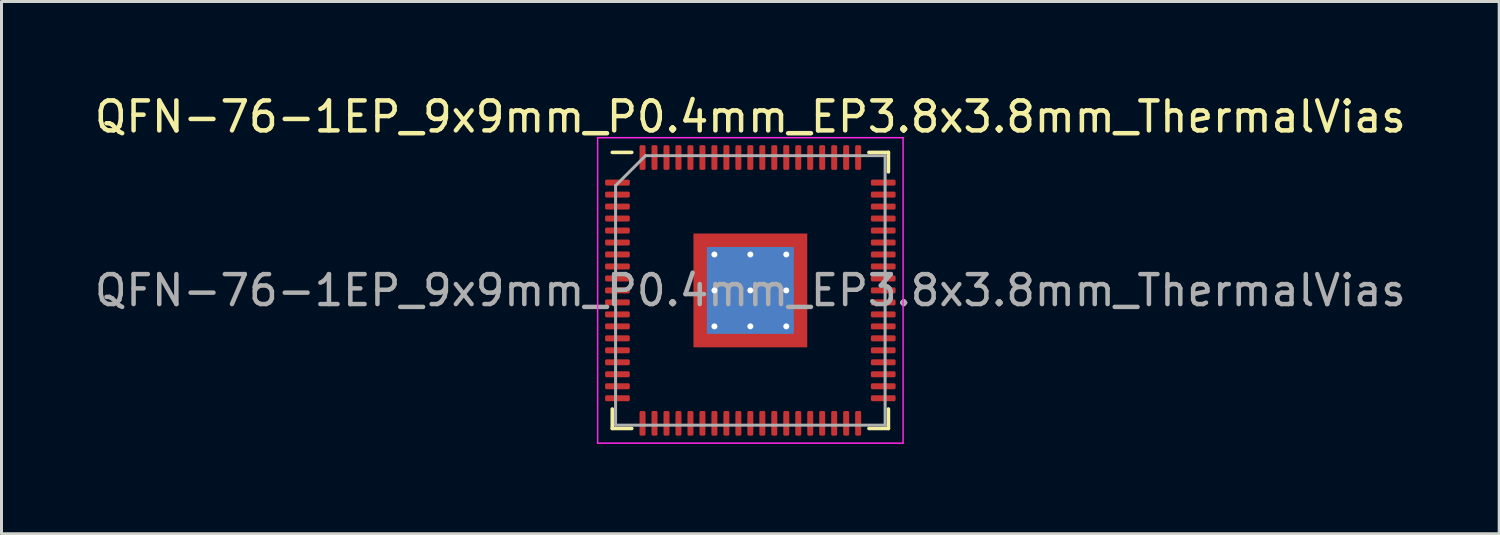
<source format=kicad_pcb>
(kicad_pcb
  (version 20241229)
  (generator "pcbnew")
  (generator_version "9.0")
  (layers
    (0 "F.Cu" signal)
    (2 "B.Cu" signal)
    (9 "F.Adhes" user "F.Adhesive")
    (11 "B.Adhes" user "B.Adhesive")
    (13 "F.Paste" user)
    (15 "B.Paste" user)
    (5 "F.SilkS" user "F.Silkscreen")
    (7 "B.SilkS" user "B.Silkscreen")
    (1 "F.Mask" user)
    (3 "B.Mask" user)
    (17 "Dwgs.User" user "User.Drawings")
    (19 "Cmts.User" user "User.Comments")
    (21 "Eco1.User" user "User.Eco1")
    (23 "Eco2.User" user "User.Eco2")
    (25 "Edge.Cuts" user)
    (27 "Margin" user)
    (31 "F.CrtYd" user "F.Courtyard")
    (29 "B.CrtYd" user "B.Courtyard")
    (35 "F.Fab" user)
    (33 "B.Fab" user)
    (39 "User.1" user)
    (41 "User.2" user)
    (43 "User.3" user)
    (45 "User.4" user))
  (footprint "QFN-76-1EP_9x9mm_P0.4mm_EP3.8x3.8mm_ThermalVias"
    (layer "F.Cu")
    (at 22.006 6.648)
    (property "Reference" "QFN-76-1EP_9x9mm_P0.4mm_EP3.8x3.8mm_ThermalVias" (at 0 -5.8 0) (layer "F.SilkS") (effects (font (size 1 1) (thickness 0.15))))
    (attr smd)
    (fp_line (start -4.61 4.61) (end -4.61 3.96) (stroke (width 0.12) (type solid)) (layer "F.SilkS"))
    (fp_line (start -3.96 -4.61) (end -4.61 -4.61) (stroke (width 0.12) (type solid)) (layer "F.SilkS"))
    (fp_line (start -3.96 4.61) (end -4.61 4.61) (stroke (width 0.12) (type solid)) (layer "F.SilkS"))
    (fp_line (start 3.96 -4.61) (end 4.61 -4.61) (stroke (width 0.12) (type solid)) (layer "F.SilkS"))
    (fp_line (start 3.96 4.61) (end 4.61 4.61) (stroke (width 0.12) (type solid)) (layer "F.SilkS"))
    (fp_line (start 4.61 -4.61) (end 4.61 -3.96) (stroke (width 0.12) (type solid)) (layer "F.SilkS"))
    (fp_line (start 4.61 4.61) (end 4.61 3.96) (stroke (width 0.12) (type solid)) (layer "F.SilkS"))
    (fp_line (start -5.1 -5.1) (end -5.1 5.1) (stroke (width 0.05) (type solid)) (layer "F.CrtYd"))
    (fp_line (start -5.1 5.1) (end 5.1 5.1) (stroke (width 0.05) (type solid)) (layer "F.CrtYd"))
    (fp_line (start 5.1 -5.1) (end -5.1 -5.1) (stroke (width 0.05) (type solid)) (layer "F.CrtYd"))
    (fp_line (start 5.1 5.1) (end 5.1 -5.1) (stroke (width 0.05) (type solid)) (layer "F.CrtYd"))
    (fp_line (start -4.5 -3.5) (end -3.5 -4.5) (stroke (width 0.1) (type solid)) (layer "F.Fab"))
    (fp_line (start -4.5 4.5) (end -4.5 -3.5) (stroke (width 0.1) (type solid)) (layer "F.Fab"))
    (fp_line (start -3.5 -4.5) (end 4.5 -4.5) (stroke (width 0.1) (type solid)) (layer "F.Fab"))
    (fp_line (start 4.5 -4.5) (end 4.5 4.5) (stroke (width 0.1) (type solid)) (layer "F.Fab"))
    (fp_line (start 4.5 4.5) (end -4.5 4.5) (stroke (width 0.1) (type solid)) (layer "F.Fab"))
    (fp_text user "${REFERENCE}" (at 0 0 0) (layer "F.Fab") (effects (font (size 1 1) (thickness 0.15))))
    (pad "" smd custom (at -1.55 -1.55) (size 0.46 0.46) (layers "F.Paste") (options (anchor circle)) (primitives (gr_poly (pts (xy -0.178 -0.178) (xy 0.178 -0.178) (xy 0.178 0.092) (xy 0.092 0.178) (xy -0.178 0.178)) (width 0.208) (fill yes))))
    (pad "" smd custom (at -1.55 -0.6) (size 0.495 0.495) (layers "F.Paste") (options (anchor circle)) (primitives (gr_poly (pts (xy -0.212 -0.414) (xy 0.154 -0.414) (xy 0.212 -0.356) (xy 0.212 0.356) (xy 0.154 0.414) (xy -0.212 0.414)) (width 0.14) (fill yes))))
    (pad "" smd custom (at -1.55 0.6) (size 0.495 0.495) (layers "F.Paste") (options (anchor circle)) (primitives (gr_poly (pts (xy -0.212 -0.414) (xy 0.154 -0.414) (xy 0.212 -0.356) (xy 0.212 0.356) (xy 0.154 0.414) (xy -0.212 0.414)) (width 0.14) (fill yes))))
    (pad "" smd custom (at -1.55 1.55) (size 0.46 0.46) (layers "F.Paste") (options (anchor circle)) (primitives (gr_poly (pts (xy -0.178 -0.178) (xy 0.092 -0.178) (xy 0.178 -0.092) (xy 0.178 0.178) (xy -0.178 0.178)) (width 0.208) (fill yes))))
    (pad "" smd custom (at -0.6 -1.55) (size 0.495 0.495) (layers "F.Paste") (options (anchor circle)) (primitives (gr_poly (pts (xy -0.414 -0.212) (xy 0.414 -0.212) (xy 0.414 0.154) (xy 0.356 0.212) (xy -0.356 0.212) (xy -0.414 0.154)) (width 0.14) (fill yes))))
    (pad "" smd roundrect (at -0.6 -0.6) (size 0.967 0.967) (layers "F.Paste") (roundrect_rratio 0.25))
    (pad "" smd roundrect (at -0.6 0.6) (size 0.967 0.967) (layers "F.Paste") (roundrect_rratio 0.25))
    (pad "" smd custom (at -0.6 1.55) (size 0.495 0.495) (layers "F.Paste") (options (anchor circle)) (primitives (gr_poly (pts (xy -0.414 -0.154) (xy -0.356 -0.212) (xy 0.356 -0.212) (xy 0.414 -0.154) (xy 0.414 0.212) (xy -0.414 0.212)) (width 0.14) (fill yes))))
    (pad "" smd custom (at 0.6 -1.55) (size 0.495 0.495) (layers "F.Paste") (options (anchor circle)) (primitives (gr_poly (pts (xy -0.414 -0.212) (xy 0.414 -0.212) (xy 0.414 0.154) (xy 0.356 0.212) (xy -0.356 0.212) (xy -0.414 0.154)) (width 0.14) (fill yes))))
    (pad "" smd roundrect (at 0.6 -0.6) (size 0.967 0.967) (layers "F.Paste") (roundrect_rratio 0.25))
    (pad "" smd roundrect (at 0.6 0.6) (size 0.967 0.967) (layers "F.Paste") (roundrect_rratio 0.25))
    (pad "" smd custom (at 0.6 1.55) (size 0.495 0.495) (layers "F.Paste") (options (anchor circle)) (primitives (gr_poly (pts (xy -0.414 -0.154) (xy -0.356 -0.212) (xy 0.356 -0.212) (xy 0.414 -0.154) (xy 0.414 0.212) (xy -0.414 0.212)) (width 0.14) (fill yes))))
    (pad "" smd custom (at 1.55 -1.55) (size 0.46 0.46) (layers "F.Paste") (options (anchor circle)) (primitives (gr_poly (pts (xy -0.178 -0.178) (xy 0.178 -0.178) (xy 0.178 0.178) (xy -0.092 0.178) (xy -0.178 0.092)) (width 0.208) (fill yes))))
    (pad "" smd custom (at 1.55 -0.6) (size 0.495 0.495) (layers "F.Paste") (options (anchor circle)) (primitives (gr_poly (pts (xy -0.212 -0.356) (xy -0.154 -0.414) (xy 0.212 -0.414) (xy 0.212 0.414) (xy -0.154 0.414) (xy -0.212 0.356)) (width 0.14) (fill yes))))
    (pad "" smd custom (at 1.55 0.6) (size 0.495 0.495) (layers "F.Paste") (options (anchor circle)) (primitives (gr_poly (pts (xy -0.212 -0.356) (xy -0.154 -0.414) (xy 0.212 -0.414) (xy 0.212 0.414) (xy -0.154 0.414) (xy -0.212 0.356)) (width 0.14) (fill yes))))
    (pad "" smd custom (at 1.55 1.55) (size 0.46 0.46) (layers "F.Paste") (options (anchor circle)) (primitives (gr_poly (pts (xy -0.178 -0.092) (xy -0.092 -0.178) (xy 0.178 -0.178) (xy 0.178 0.178) (xy -0.178 0.178)) (width 0.208) (fill yes))))
    (pad "1" smd roundrect (at -4.438 -3.6) (size 0.825 0.2) (layers "F.Cu" "F.Mask" "F.Paste") (roundrect_rratio 0.25))
    (pad "2" smd roundrect (at -4.438 -3.2) (size 0.825 0.2) (layers "F.Cu" "F.Mask" "F.Paste") (roundrect_rratio 0.25))
    (pad "3" smd roundrect (at -4.438 -2.8) (size 0.825 0.2) (layers "F.Cu" "F.Mask" "F.Paste") (roundrect_rratio 0.25))
    (pad "4" smd roundrect (at -4.438 -2.4) (size 0.825 0.2) (layers "F.Cu" "F.Mask" "F.Paste") (roundrect_rratio 0.25))
    (pad "5" smd roundrect (at -4.438 -2) (size 0.825 0.2) (layers "F.Cu" "F.Mask" "F.Paste") (roundrect_rratio 0.25))
    (pad "6" smd roundrect (at -4.438 -1.6) (size 0.825 0.2) (layers "F.Cu" "F.Mask" "F.Paste") (roundrect_rratio 0.25))
    (pad "7" smd roundrect (at -4.438 -1.2) (size 0.825 0.2) (layers "F.Cu" "F.Mask" "F.Paste") (roundrect_rratio 0.25))
    (pad "8" smd roundrect (at -4.438 -0.8) (size 0.825 0.2) (layers "F.Cu" "F.Mask" "F.Paste") (roundrect_rratio 0.25))
    (pad "9" smd roundrect (at -4.438 -0.4) (size 0.825 0.2) (layers "F.Cu" "F.Mask" "F.Paste") (roundrect_rratio 0.25))
    (pad "10" smd roundrect (at -4.438 0) (size 0.825 0.2) (layers "F.Cu" "F.Mask" "F.Paste") (roundrect_rratio 0.25))
    (pad "11" smd roundrect (at -4.438 0.4) (size 0.825 0.2) (layers "F.Cu" "F.Mask" "F.Paste") (roundrect_rratio 0.25))
    (pad "12" smd roundrect (at -4.438 0.8) (size 0.825 0.2) (layers "F.Cu" "F.Mask" "F.Paste") (roundrect_rratio 0.25))
    (pad "13" smd roundrect (at -4.438 1.2) (size 0.825 0.2) (layers "F.Cu" "F.Mask" "F.Paste") (roundrect_rratio 0.25))
    (pad "14" smd roundrect (at -4.438 1.6) (size 0.825 0.2) (layers "F.Cu" "F.Mask" "F.Paste") (roundrect_rratio 0.25))
    (pad "15" smd roundrect (at -4.438 2) (size 0.825 0.2) (layers "F.Cu" "F.Mask" "F.Paste") (roundrect_rratio 0.25))
    (pad "16" smd roundrect (at -4.438 2.4) (size 0.825 0.2) (layers "F.Cu" "F.Mask" "F.Paste") (roundrect_rratio 0.25))
    (pad "17" smd roundrect (at -4.438 2.8) (size 0.825 0.2) (layers "F.Cu" "F.Mask" "F.Paste") (roundrect_rratio 0.25))
    (pad "18" smd roundrect (at -4.438 3.2) (size 0.825 0.2) (layers "F.Cu" "F.Mask" "F.Paste") (roundrect_rratio 0.25))
    (pad "19" smd roundrect (at -4.438 3.6) (size 0.825 0.2) (layers "F.Cu" "F.Mask" "F.Paste") (roundrect_rratio 0.25))
    (pad "20" smd roundrect (at -3.6 4.438) (size 0.2 0.825) (layers "F.Cu" "F.Mask" "F.Paste") (roundrect_rratio 0.25))
    (pad "21" smd roundrect (at -3.2 4.438) (size 0.2 0.825) (layers "F.Cu" "F.Mask" "F.Paste") (roundrect_rratio 0.25))
    (pad "22" smd roundrect (at -2.8 4.438) (size 0.2 0.825) (layers "F.Cu" "F.Mask" "F.Paste") (roundrect_rratio 0.25))
    (pad "23" smd roundrect (at -2.4 4.438) (size 0.2 0.825) (layers "F.Cu" "F.Mask" "F.Paste") (roundrect_rratio 0.25))
    (pad "24" smd roundrect (at -2 4.438) (size 0.2 0.825) (layers "F.Cu" "F.Mask" "F.Paste") (roundrect_rratio 0.25))
    (pad "25" smd roundrect (at -1.6 4.438) (size 0.2 0.825) (layers "F.Cu" "F.Mask" "F.Paste") (roundrect_rratio 0.25))
    (pad "26" smd roundrect (at -1.2 4.438) (size 0.2 0.825) (layers "F.Cu" "F.Mask" "F.Paste") (roundrect_rratio 0.25))
    (pad "27" smd roundrect (at -0.8 4.438) (size 0.2 0.825) (layers "F.Cu" "F.Mask" "F.Paste") (roundrect_rratio 0.25))
    (pad "28" smd roundrect (at -0.4 4.438) (size 0.2 0.825) (layers "F.Cu" "F.Mask" "F.Paste") (roundrect_rratio 0.25))
    (pad "29" smd roundrect (at 0 4.438) (size 0.2 0.825) (layers "F.Cu" "F.Mask" "F.Paste") (roundrect_rratio 0.25))
    (pad "30" smd roundrect (at 0.4 4.438) (size 0.2 0.825) (layers "F.Cu" "F.Mask" "F.Paste") (roundrect_rratio 0.25))
    (pad "31" smd roundrect (at 0.8 4.438) (size 0.2 0.825) (layers "F.Cu" "F.Mask" "F.Paste") (roundrect_rratio 0.25))
    (pad "32" smd roundrect (at 1.2 4.438) (size 0.2 0.825) (layers "F.Cu" "F.Mask" "F.Paste") (roundrect_rratio 0.25))
    (pad "33" smd roundrect (at 1.6 4.438) (size 0.2 0.825) (layers "F.Cu" "F.Mask" "F.Paste") (roundrect_rratio 0.25))
    (pad "34" smd roundrect (at 2 4.438) (size 0.2 0.825) (layers "F.Cu" "F.Mask" "F.Paste") (roundrect_rratio 0.25))
    (pad "35" smd roundrect (at 2.4 4.438) (size 0.2 0.825) (layers "F.Cu" "F.Mask" "F.Paste") (roundrect_rratio 0.25))
    (pad "36" smd roundrect (at 2.8 4.438) (size 0.2 0.825) (layers "F.Cu" "F.Mask" "F.Paste") (roundrect_rratio 0.25))
    (pad "37" smd roundrect (at 3.2 4.438) (size 0.2 0.825) (layers "F.Cu" "F.Mask" "F.Paste") (roundrect_rratio 0.25))
    (pad "38" smd roundrect (at 3.6 4.438) (size 0.2 0.825) (layers "F.Cu" "F.Mask" "F.Paste") (roundrect_rratio 0.25))
    (pad "39" smd roundrect (at 4.438 3.6) (size 0.825 0.2) (layers "F.Cu" "F.Mask" "F.Paste") (roundrect_rratio 0.25))
    (pad "40" smd roundrect (at 4.438 3.2) (size 0.825 0.2) (layers "F.Cu" "F.Mask" "F.Paste") (roundrect_rratio 0.25))
    (pad "41" smd roundrect (at 4.438 2.8) (size 0.825 0.2) (layers "F.Cu" "F.Mask" "F.Paste") (roundrect_rratio 0.25))
    (pad "42" smd roundrect (at 4.438 2.4) (size 0.825 0.2) (layers "F.Cu" "F.Mask" "F.Paste") (roundrect_rratio 0.25))
    (pad "43" smd roundrect (at 4.438 2) (size 0.825 0.2) (layers "F.Cu" "F.Mask" "F.Paste") (roundrect_rratio 0.25))
    (pad "44" smd roundrect (at 4.438 1.6) (size 0.825 0.2) (layers "F.Cu" "F.Mask" "F.Paste") (roundrect_rratio 0.25))
    (pad "45" smd roundrect (at 4.438 1.2) (size 0.825 0.2) (layers "F.Cu" "F.Mask" "F.Paste") (roundrect_rratio 0.25))
    (pad "46" smd roundrect (at 4.438 0.8) (size 0.825 0.2) (layers "F.Cu" "F.Mask" "F.Paste") (roundrect_rratio 0.25))
    (pad "47" smd roundrect (at 4.438 0.4) (size 0.825 0.2) (layers "F.Cu" "F.Mask" "F.Paste") (roundrect_rratio 0.25))
    (pad "48" smd roundrect (at 4.438 0) (size 0.825 0.2) (layers "F.Cu" "F.Mask" "F.Paste") (roundrect_rratio 0.25))
    (pad "49" smd roundrect (at 4.438 -0.4) (size 0.825 0.2) (layers "F.Cu" "F.Mask" "F.Paste") (roundrect_rratio 0.25))
    (pad "50" smd roundrect (at 4.438 -0.8) (size 0.825 0.2) (layers "F.Cu" "F.Mask" "F.Paste") (roundrect_rratio 0.25))
    (pad "51" smd roundrect (at 4.438 -1.2) (size 0.825 0.2) (layers "F.Cu" "F.Mask" "F.Paste") (roundrect_rratio 0.25))
    (pad "52" smd roundrect (at 4.438 -1.6) (size 0.825 0.2) (layers "F.Cu" "F.Mask" "F.Paste") (roundrect_rratio 0.25))
    (pad "53" smd roundrect (at 4.438 -2) (size 0.825 0.2) (layers "F.Cu" "F.Mask" "F.Paste") (roundrect_rratio 0.25))
    (pad "54" smd roundrect (at 4.438 -2.4) (size 0.825 0.2) (layers "F.Cu" "F.Mask" "F.Paste") (roundrect_rratio 0.25))
    (pad "55" smd roundrect (at 4.438 -2.8) (size 0.825 0.2) (layers "F.Cu" "F.Mask" "F.Paste") (roundrect_rratio 0.25))
    (pad "56" smd roundrect (at 4.438 -3.2) (size 0.825 0.2) (layers "F.Cu" "F.Mask" "F.Paste") (roundrect_rratio 0.25))
    (pad "57" smd roundrect (at 4.438 -3.6) (size 0.825 0.2) (layers "F.Cu" "F.Mask" "F.Paste") (roundrect_rratio 0.25))
    (pad "58" smd roundrect (at 3.6 -4.438) (size 0.2 0.825) (layers "F.Cu" "F.Mask" "F.Paste") (roundrect_rratio 0.25))
    (pad "59" smd roundrect (at 3.2 -4.438) (size 0.2 0.825) (layers "F.Cu" "F.Mask" "F.Paste") (roundrect_rratio 0.25))
    (pad "60" smd roundrect (at 2.8 -4.438) (size 0.2 0.825) (layers "F.Cu" "F.Mask" "F.Paste") (roundrect_rratio 0.25))
    (pad "61" smd roundrect (at 2.4 -4.438) (size 0.2 0.825) (layers "F.Cu" "F.Mask" "F.Paste") (roundrect_rratio 0.25))
    (pad "62" smd roundrect (at 2 -4.438) (size 0.2 0.825) (layers "F.Cu" "F.Mask" "F.Paste") (roundrect_rratio 0.25))
    (pad "63" smd roundrect (at 1.6 -4.438) (size 0.2 0.825) (layers "F.Cu" "F.Mask" "F.Paste") (roundrect_rratio 0.25))
    (pad "64" smd roundrect (at 1.2 -4.438) (size 0.2 0.825) (layers "F.Cu" "F.Mask" "F.Paste") (roundrect_rratio 0.25))
    (pad "65" smd roundrect (at 0.8 -4.438) (size 0.2 0.825) (layers "F.Cu" "F.Mask" "F.Paste") (roundrect_rratio 0.25))
    (pad "66" smd roundrect (at 0.4 -4.438) (size 0.2 0.825) (layers "F.Cu" "F.Mask" "F.Paste") (roundrect_rratio 0.25))
    (pad "67" smd roundrect (at 0 -4.438) (size 0.2 0.825) (layers "F.Cu" "F.Mask" "F.Paste") (roundrect_rratio 0.25))
    (pad "68" smd roundrect (at -0.4 -4.438) (size 0.2 0.825) (layers "F.Cu" "F.Mask" "F.Paste") (roundrect_rratio 0.25))
    (pad "69" smd roundrect (at -0.8 -4.438) (size 0.2 0.825) (layers "F.Cu" "F.Mask" "F.Paste") (roundrect_rratio 0.25))
    (pad "70" smd roundrect (at -1.2 -4.438) (size 0.2 0.825) (layers "F.Cu" "F.Mask" "F.Paste") (roundrect_rratio 0.25))
    (pad "71" smd roundrect (at -1.6 -4.438) (size 0.2 0.825) (layers "F.Cu" "F.Mask" "F.Paste") (roundrect_rratio 0.25))
    (pad "72" smd roundrect (at -2 -4.438) (size 0.2 0.825) (layers "F.Cu" "F.Mask" "F.Paste") (roundrect_rratio 0.25))
    (pad "73" smd roundrect (at -2.4 -4.438) (size 0.2 0.825) (layers "F.Cu" "F.Mask" "F.Paste") (roundrect_rratio 0.25))
    (pad "74" smd roundrect (at -2.8 -4.438) (size 0.2 0.825) (layers "F.Cu" "F.Mask" "F.Paste") (roundrect_rratio 0.25))
    (pad "75" smd roundrect (at -3.2 -4.438) (size 0.2 0.825) (layers "F.Cu" "F.Mask" "F.Paste") (roundrect_rratio 0.25))
    (pad "76" smd roundrect (at -3.6 -4.438) (size 0.2 0.825) (layers "F.Cu" "F.Mask" "F.Paste") (roundrect_rratio 0.25))
    (pad "77" thru_hole circle (at -1.2 -1.2) (size 0.5 0.5) (drill 0.2) (layers "*.Cu"))
    (pad "77" thru_hole circle (at -1.2 0) (size 0.5 0.5) (drill 0.2) (layers "*.Cu"))
    (pad "77" thru_hole circle (at -1.2 1.2) (size 0.5 0.5) (drill 0.2) (layers "*.Cu"))
    (pad "77" thru_hole circle (at 0 -1.2) (size 0.5 0.5) (drill 0.2) (layers "*.Cu"))
    (pad "77" thru_hole circle (at 0 0) (size 0.5 0.5) (drill 0.2) (layers "*.Cu"))
    (pad "77" smd rect (at 0 0) (size 2.9 2.9) (layers "B.Cu"))
    (pad "77" smd rect (at 0 0) (size 3.8 3.8) (layers "F.Cu" "F.Mask"))
    (pad "77" thru_hole circle (at 0 1.2) (size 0.5 0.5) (drill 0.2) (layers "*.Cu"))
    (pad "77" thru_hole circle (at 1.2 -1.2) (size 0.5 0.5) (drill 0.2) (layers "*.Cu"))
    (pad "77" thru_hole circle (at 1.2 0) (size 0.5 0.5) (drill 0.2) (layers "*.Cu"))
    (pad "77" thru_hole circle (at 1.2 1.2) (size 0.5 0.5) (drill 0.2) (layers "*.Cu")))
  (gr_rect
    (start -3 -3)
    (end 47.012 14.773)
    (stroke (width 0.1) (type default))
    (fill no)
    (layer "Edge.Cuts")))
</source>
